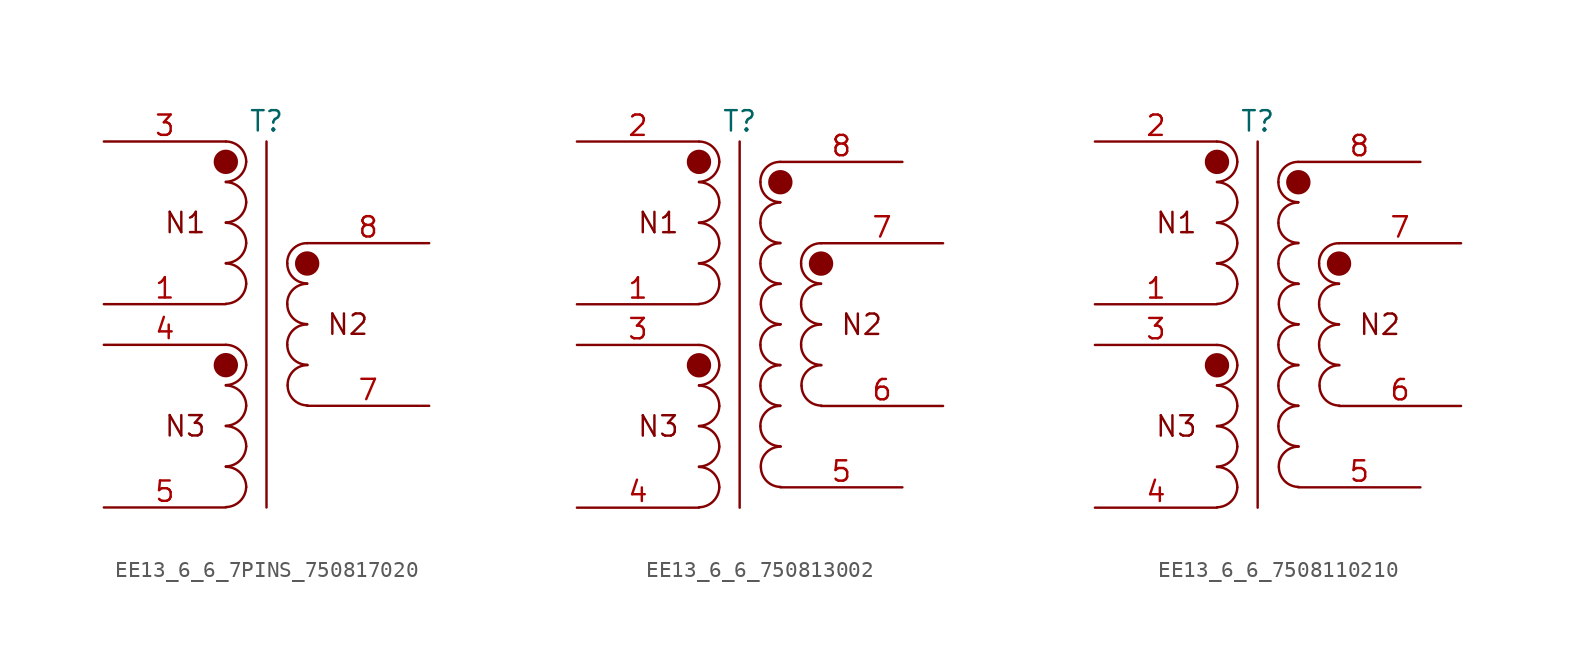
<source format=kicad_sym>
(kicad_symbol_lib
  (version 20220914)
  (generator kicad_symbol_editor)
  (symbol "EE13_6_6_7PINS_750817020"
    (pin_names hide)
    (property "Reference" "T"
      (at 0 12.7 0)
      (effects (font (size 1.27 1.27))))
    (symbol "EE13_6_6_7PINS_750817020_0_1"
      (arc (start -2.54 -11.4046) (mid -1.6561 -11.0363) (end -1.27 -10.16) (stroke (width 0) (type default)) (fill (type none)))
      (arc (start -2.54 -8.8646) (mid -1.6561 -8.4963) (end -1.27 -7.62) (stroke (width 0) (type default)) (fill (type none)))
      (arc (start -2.54 -6.3246) (mid -1.6561 -5.9563) (end -1.27 -5.08) (stroke (width 0) (type default)) (fill (type none)))
      (arc (start -2.54 -3.7846) (mid -1.6561 -3.4163) (end -1.27 -2.54) (stroke (width 0) (type default)) (fill (type none)))
      (arc (start -2.54 1.2954) (mid -1.6561 1.6637) (end -1.27 2.54) (stroke (width 0) (type default)) (fill (type none)))
      (arc (start -2.54 3.8354) (mid -1.6561 4.2037) (end -1.27 5.08) (stroke (width 0) (type default)) (fill (type none)))
      (arc (start -2.54 6.3754) (mid -1.6561 6.7437) (end -1.27 7.62) (stroke (width 0) (type default)) (fill (type none)))
      (arc (start -2.54 8.9154) (mid -1.6561 9.2837) (end -1.27 10.16) (stroke (width 0) (type default)) (fill (type none)))
      (arc (start -1.27 -10.16) (mid -1.642 -9.262) (end -2.54 -8.89) (stroke (width 0) (type default)) (fill (type none)))
      (arc (start -1.27 -7.62) (mid -1.642 -6.722) (end -2.54 -6.35) (stroke (width 0) (type default)) (fill (type none)))
      (arc (start -1.27 -5.08) (mid -1.642 -4.182) (end -2.54 -3.81) (stroke (width 0) (type default)) (fill (type none)))
      (arc (start -1.27 -2.54) (mid -1.642 -1.642) (end -2.54 -1.27) (stroke (width 0) (type default)) (fill (type none)))
      (arc (start -1.27 2.54) (mid -1.642 3.438) (end -2.54 3.81) (stroke (width 0) (type default)) (fill (type none)))
      (arc (start -1.27 5.08) (mid -1.642 5.978) (end -2.54 6.35) (stroke (width 0) (type default)) (fill (type none)))
      (arc (start -1.27 7.62) (mid -1.642 8.518) (end -2.54 8.89) (stroke (width 0) (type default)) (fill (type none)))
      (arc (start -1.27 10.16) (mid -1.642 11.058) (end -2.54 11.43) (stroke (width 0) (type default)) (fill (type none)))
      (polyline (pts (xy 0 11.43) (xy 0 -11.43)) (stroke (width 0) (type default)) (fill (type none)))
      (arc (start 1.2954 -1.27) (mid 1.6599 -2.1501) (end 2.54 -2.5146) (stroke (width 0) (type default)) (fill (type none)))
      (arc (start 1.2954 1.27) (mid 1.6599 0.3899) (end 2.54 0.0254) (stroke (width 0) (type default)) (fill (type none)))
      (arc (start 1.2954 3.81) (mid 1.6599 2.9299) (end 2.54 2.5654) (stroke (width 0) (type default)) (fill (type none)))
      (arc (start 1.3208 -3.81) (mid 1.6853 -4.6901) (end 2.5654 -5.0546) (stroke (width 0) (type default)) (fill (type none)))
      (arc (start 2.54 0) (mid 1.642 -0.372) (end 1.2954 -1.27) (stroke (width 0) (type default)) (fill (type none)))
      (arc (start 2.54 2.54) (mid 1.642 2.168) (end 1.2954 1.27) (stroke (width 0) (type default)) (fill (type none)))
      (arc (start 2.54 5.08) (mid 1.642 4.708) (end 1.2954 3.81) (stroke (width 0) (type default)) (fill (type none)))
      (arc (start 2.5654 -2.54) (mid 1.6674 -2.912) (end 1.3208 -3.81) (stroke (width 0) (type default)) (fill (type none))))
    (symbol "EE13_6_6_7PINS_750817020_1_1"
      (circle (center -2.54 -2.54) (radius 0.0001) (stroke (width 0.762) (type default)) (fill (type none)))
      (circle (center -2.54 10.16) (radius 0.0001) (stroke (width 0.762) (type default)) (fill (type none)))
      (circle (center 2.54 3.81) (radius 0.0001) (stroke (width 0.762) (type default)) (fill (type none)))
      (text "N1" (at -5.08 6.35 0) (effects (font (size 1.27 1.27))))
      (text "N2" (at 5.08 0 0) (effects (font (size 1.27 1.27))))
      (text "N3" (at -5.08 -6.35 0) (effects (font (size 1.27 1.27))))
      (pin passive line (at -10.16 1.27 0) (length 7.62) (name "1" (effects (font (size 1.27 1.27)))) (number "1" (effects (font (size 1.27 1.27)))))
      (pin passive line (at -10.16 11.43 0) (length 7.62) (name "3" (effects (font (size 1.27 1.27)))) (number "3" (effects (font (size 1.27 1.27)))))
      (pin passive line (at -10.16 -1.27 0) (length 7.62) (name "4" (effects (font (size 1.27 1.27)))) (number "4" (effects (font (size 1.27 1.27)))))
      (pin passive line (at -10.16 -11.43 0) (length 7.62) (name "5" (effects (font (size 1.27 1.27)))) (number "5" (effects (font (size 1.27 1.27)))))
      (pin passive line (at 10.16 -5.08 180) (length 7.62) (name "7" (effects (font (size 1.27 1.27)))) (number "7" (effects (font (size 1.27 1.27)))))
      (pin passive line (at 10.16 5.08 180) (length 7.62) (name "8" (effects (font (size 1.27 1.27)))) (number "8" (effects (font (size 1.27 1.27)))))))
  (symbol "EE13_6_6_750813002"
    (pin_names hide)
    (property "Reference" "T"
      (at 0 12.7 0)
      (effects (font (size 1.27 1.27))))
    (symbol "EE13_6_6_750813002_0_1"
      (arc (start -2.54 -11.4046) (mid -1.6561 -11.0363) (end -1.27 -10.16) (stroke (width 0) (type default)) (fill (type none)))
      (arc (start -2.54 -8.8646) (mid -1.6561 -8.4963) (end -1.27 -7.62) (stroke (width 0) (type default)) (fill (type none)))
      (arc (start -2.54 -6.3246) (mid -1.6561 -5.9563) (end -1.27 -5.08) (stroke (width 0) (type default)) (fill (type none)))
      (arc (start -2.54 -3.7846) (mid -1.6561 -3.4163) (end -1.27 -2.54) (stroke (width 0) (type default)) (fill (type none)))
      (arc (start -2.54 1.2954) (mid -1.6561 1.6637) (end -1.27 2.54) (stroke (width 0) (type default)) (fill (type none)))
      (arc (start -2.54 3.8354) (mid -1.6561 4.2037) (end -1.27 5.08) (stroke (width 0) (type default)) (fill (type none)))
      (arc (start -2.54 6.3754) (mid -1.6561 6.7437) (end -1.27 7.62) (stroke (width 0) (type default)) (fill (type none)))
      (arc (start -2.54 8.9154) (mid -1.6561 9.2837) (end -1.27 10.16) (stroke (width 0) (type default)) (fill (type none)))
      (arc (start -1.27 -10.16) (mid -1.642 -9.262) (end -2.54 -8.89) (stroke (width 0) (type default)) (fill (type none)))
      (arc (start -1.27 -7.62) (mid -1.642 -6.722) (end -2.54 -6.35) (stroke (width 0) (type default)) (fill (type none)))
      (arc (start -1.27 -5.08) (mid -1.642 -4.182) (end -2.54 -3.81) (stroke (width 0) (type default)) (fill (type none)))
      (arc (start -1.27 -2.54) (mid -1.642 -1.642) (end -2.54 -1.27) (stroke (width 0) (type default)) (fill (type none)))
      (arc (start -1.27 2.54) (mid -1.642 3.438) (end -2.54 3.81) (stroke (width 0) (type default)) (fill (type none)))
      (arc (start -1.27 5.08) (mid -1.642 5.978) (end -2.54 6.35) (stroke (width 0) (type default)) (fill (type none)))
      (arc (start -1.27 7.62) (mid -1.642 8.518) (end -2.54 8.89) (stroke (width 0) (type default)) (fill (type none)))
      (arc (start -1.27 10.16) (mid -1.642 11.058) (end -2.54 11.43) (stroke (width 0) (type default)) (fill (type none)))
      (polyline (pts (xy 0 11.43) (xy 0 -11.43)) (stroke (width 0) (type default)) (fill (type none)))
      (arc (start 1.2954 -6.35) (mid 1.6599 -7.2301) (end 2.54 -7.5946) (stroke (width 0) (type default)) (fill (type none)))
      (arc (start 1.2954 -3.81) (mid 1.6599 -4.6901) (end 2.54 -5.0546) (stroke (width 0) (type default)) (fill (type none)))
      (arc (start 1.2954 -1.27) (mid 1.6599 -2.1501) (end 2.54 -2.5146) (stroke (width 0) (type default)) (fill (type none)))
      (arc (start 1.2954 3.81) (mid 1.6599 2.9299) (end 2.54 2.5654) (stroke (width 0) (type default)) (fill (type none)))
      (arc (start 1.2954 6.35) (mid 1.6599 5.4699) (end 2.54 5.1054) (stroke (width 0) (type default)) (fill (type none)))
      (arc (start 1.2954 8.89) (mid 1.6599 8.0099) (end 2.54 7.6454) (stroke (width 0) (type default)) (fill (type none)))
      (arc (start 1.3208 -8.89) (mid 1.6853 -9.7703) (end 2.5654 -10.1346) (stroke (width 0) (type default)) (fill (type none)))
      (arc (start 1.3208 1.27) (mid 1.6853 0.3897) (end 2.5654 0.0254) (stroke (width 0) (type default)) (fill (type none)))
      (arc (start 2.54 -5.08) (mid 1.6458 -5.4485) (end 1.2954 -6.35) (stroke (width 0) (type default)) (fill (type none)))
      (arc (start 2.54 -2.54) (mid 1.6458 -2.9085) (end 1.2954 -3.81) (stroke (width 0) (type default)) (fill (type none)))
      (arc (start 2.54 0) (mid 1.6458 -0.3685) (end 1.2954 -1.27) (stroke (width 0) (type default)) (fill (type none)))
      (arc (start 2.54 5.08) (mid 1.6458 4.7115) (end 1.2954 3.81) (stroke (width 0) (type default)) (fill (type none)))
      (arc (start 2.54 7.62) (mid 1.6458 7.2515) (end 1.2954 6.35) (stroke (width 0) (type default)) (fill (type none)))
      (arc (start 2.54 10.16) (mid 1.6458 9.7915) (end 1.2954 8.89) (stroke (width 0) (type default)) (fill (type none)))
      (arc (start 2.5654 -7.62) (mid 1.6709 -7.9883) (end 1.3208 -8.89) (stroke (width 0) (type default)) (fill (type none)))
      (arc (start 2.5654 2.54) (mid 1.6709 2.1717) (end 1.3208 1.27) (stroke (width 0) (type default)) (fill (type none)))
      (arc (start 3.8354 -1.27) (mid 4.1999 -2.1501) (end 5.08 -2.5146) (stroke (width 0) (type default)) (fill (type none)))
      (arc (start 3.8354 1.27) (mid 4.1999 0.3899) (end 5.08 0.0254) (stroke (width 0) (type default)) (fill (type none)))
      (arc (start 3.8354 3.81) (mid 4.1999 2.9299) (end 5.08 2.5654) (stroke (width 0) (type default)) (fill (type none)))
      (arc (start 3.8608 -3.81) (mid 4.2254 -4.6899) (end 5.1054 -5.0546) (stroke (width 0) (type default)) (fill (type none)))
      (arc (start 5.08 0) (mid 4.1858 -0.3685) (end 3.8354 -1.27) (stroke (width 0) (type default)) (fill (type none)))
      (arc (start 5.08 2.54) (mid 4.1858 2.1715) (end 3.8354 1.27) (stroke (width 0) (type default)) (fill (type none)))
      (arc (start 5.08 5.08) (mid 4.1858 4.7115) (end 3.8354 3.81) (stroke (width 0) (type default)) (fill (type none)))
      (arc (start 5.1054 -2.54) (mid 4.2109 -2.9083) (end 3.8608 -3.81) (stroke (width 0) (type default)) (fill (type none))))
    (symbol "EE13_6_6_750813002_1_1"
      (circle (center -2.54 -2.54) (radius 0.0001) (stroke (width 0.762) (type default)) (fill (type none)))
      (circle (center -2.54 10.16) (radius 0.0001) (stroke (width 0.762) (type default)) (fill (type none)))
      (circle (center 2.54 8.89) (radius 0.0001) (stroke (width 0.762) (type default)) (fill (type none)))
      (circle (center 5.08 3.81) (radius 0.0001) (stroke (width 0.762) (type default)) (fill (type none)))
      (text "N1" (at -5.08 6.35 0) (effects (font (size 1.27 1.27))))
      (text "N2" (at 7.62 0 0) (effects (font (size 1.27 1.27))))
      (text "N3" (at -5.08 -6.35 0) (effects (font (size 1.27 1.27))))
      (pin passive line (at -10.16 1.27 0) (length 7.62) (name "1" (effects (font (size 1.27 1.27)))) (number "1" (effects (font (size 1.27 1.27)))))
      (pin passive line (at -10.16 11.43 0) (length 7.62) (name "2" (effects (font (size 1.27 1.27)))) (number "2" (effects (font (size 1.27 1.27)))))
      (pin passive line (at -10.16 -1.27 0) (length 7.62) (name "3" (effects (font (size 1.27 1.27)))) (number "3" (effects (font (size 1.27 1.27)))))
      (pin passive line (at -10.16 -11.43 0) (length 7.62) (name "4" (effects (font (size 1.27 1.27)))) (number "4" (effects (font (size 1.27 1.27)))))
      (pin passive line (at 10.16 -10.16 180) (length 7.62) (name "5" (effects (font (size 1.27 1.27)))) (number "5" (effects (font (size 1.27 1.27)))))
      (pin passive line (at 12.7 -5.08 180) (length 7.62) (name "6" (effects (font (size 1.27 1.27)))) (number "6" (effects (font (size 1.27 1.27)))))
      (pin passive line (at 12.7 5.08 180) (length 7.62) (name "7" (effects (font (size 1.27 1.27)))) (number "7" (effects (font (size 1.27 1.27)))))
      (pin passive line (at 10.16 10.16 180) (length 7.62) (name "8" (effects (font (size 1.27 1.27)))) (number "8" (effects (font (size 1.27 1.27)))))))
  (symbol "EE13_6_6_7508110210"
    (pin_names hide)
    (property "Reference" "T"
      (at 0 12.7 0)
      (effects (font (size 1.27 1.27))))
    (symbol "EE13_6_6_7508110210_0_1"
      (arc (start -2.54 -11.4046) (mid -1.6561 -11.0363) (end -1.27 -10.16) (stroke (width 0) (type default)) (fill (type none)))
      (arc (start -2.54 -8.8646) (mid -1.6561 -8.4963) (end -1.27 -7.62) (stroke (width 0) (type default)) (fill (type none)))
      (arc (start -2.54 -6.3246) (mid -1.6561 -5.9563) (end -1.27 -5.08) (stroke (width 0) (type default)) (fill (type none)))
      (arc (start -2.54 -3.7846) (mid -1.6561 -3.4163) (end -1.27 -2.54) (stroke (width 0) (type default)) (fill (type none)))
      (arc (start -2.54 1.2954) (mid -1.6561 1.6637) (end -1.27 2.54) (stroke (width 0) (type default)) (fill (type none)))
      (arc (start -2.54 3.8354) (mid -1.6561 4.2037) (end -1.27 5.08) (stroke (width 0) (type default)) (fill (type none)))
      (arc (start -2.54 6.3754) (mid -1.6561 6.7437) (end -1.27 7.62) (stroke (width 0) (type default)) (fill (type none)))
      (arc (start -2.54 8.9154) (mid -1.6561 9.2837) (end -1.27 10.16) (stroke (width 0) (type default)) (fill (type none)))
      (arc (start -1.27 -10.16) (mid -1.642 -9.262) (end -2.54 -8.89) (stroke (width 0) (type default)) (fill (type none)))
      (arc (start -1.27 -7.62) (mid -1.642 -6.722) (end -2.54 -6.35) (stroke (width 0) (type default)) (fill (type none)))
      (arc (start -1.27 -5.08) (mid -1.642 -4.182) (end -2.54 -3.81) (stroke (width 0) (type default)) (fill (type none)))
      (arc (start -1.27 -2.54) (mid -1.642 -1.642) (end -2.54 -1.27) (stroke (width 0) (type default)) (fill (type none)))
      (arc (start -1.27 2.54) (mid -1.642 3.438) (end -2.54 3.81) (stroke (width 0) (type default)) (fill (type none)))
      (arc (start -1.27 5.08) (mid -1.642 5.978) (end -2.54 6.35) (stroke (width 0) (type default)) (fill (type none)))
      (arc (start -1.27 7.62) (mid -1.642 8.518) (end -2.54 8.89) (stroke (width 0) (type default)) (fill (type none)))
      (arc (start -1.27 10.16) (mid -1.642 11.058) (end -2.54 11.43) (stroke (width 0) (type default)) (fill (type none)))
      (polyline (pts (xy 0 11.43) (xy 0 -11.43)) (stroke (width 0) (type default)) (fill (type none)))
      (arc (start 1.2954 -6.35) (mid 1.6599 -7.2301) (end 2.54 -7.5946) (stroke (width 0) (type default)) (fill (type none)))
      (arc (start 1.2954 -3.81) (mid 1.6599 -4.6901) (end 2.54 -5.0546) (stroke (width 0) (type default)) (fill (type none)))
      (arc (start 1.2954 -1.27) (mid 1.6599 -2.1501) (end 2.54 -2.5146) (stroke (width 0) (type default)) (fill (type none)))
      (arc (start 1.2954 3.81) (mid 1.6599 2.9299) (end 2.54 2.5654) (stroke (width 0) (type default)) (fill (type none)))
      (arc (start 1.2954 6.35) (mid 1.6599 5.4699) (end 2.54 5.1054) (stroke (width 0) (type default)) (fill (type none)))
      (arc (start 1.2954 8.89) (mid 1.6599 8.0099) (end 2.54 7.6454) (stroke (width 0) (type default)) (fill (type none)))
      (arc (start 1.3208 -8.89) (mid 1.6853 -9.7703) (end 2.5654 -10.1346) (stroke (width 0) (type default)) (fill (type none)))
      (arc (start 1.3208 1.27) (mid 1.6853 0.3897) (end 2.5654 0.0254) (stroke (width 0) (type default)) (fill (type none)))
      (arc (start 2.54 -5.08) (mid 1.6458 -5.4485) (end 1.2954 -6.35) (stroke (width 0) (type default)) (fill (type none)))
      (arc (start 2.54 -2.54) (mid 1.6458 -2.9085) (end 1.2954 -3.81) (stroke (width 0) (type default)) (fill (type none)))
      (arc (start 2.54 0) (mid 1.6458 -0.3685) (end 1.2954 -1.27) (stroke (width 0) (type default)) (fill (type none)))
      (arc (start 2.54 5.08) (mid 1.6458 4.7115) (end 1.2954 3.81) (stroke (width 0) (type default)) (fill (type none)))
      (arc (start 2.54 7.62) (mid 1.6458 7.2515) (end 1.2954 6.35) (stroke (width 0) (type default)) (fill (type none)))
      (arc (start 2.54 10.16) (mid 1.6458 9.7915) (end 1.2954 8.89) (stroke (width 0) (type default)) (fill (type none)))
      (arc (start 2.5654 -7.62) (mid 1.6709 -7.9883) (end 1.3208 -8.89) (stroke (width 0) (type default)) (fill (type none)))
      (arc (start 2.5654 2.54) (mid 1.6709 2.1717) (end 1.3208 1.27) (stroke (width 0) (type default)) (fill (type none)))
      (arc (start 3.8354 -1.27) (mid 4.1999 -2.1501) (end 5.08 -2.5146) (stroke (width 0) (type default)) (fill (type none)))
      (arc (start 3.8354 1.27) (mid 4.1999 0.3899) (end 5.08 0.0254) (stroke (width 0) (type default)) (fill (type none)))
      (arc (start 3.8354 3.81) (mid 4.1999 2.9299) (end 5.08 2.5654) (stroke (width 0) (type default)) (fill (type none)))
      (arc (start 3.8608 -3.81) (mid 4.2254 -4.6899) (end 5.1054 -5.0546) (stroke (width 0) (type default)) (fill (type none)))
      (arc (start 5.08 0) (mid 4.1858 -0.3685) (end 3.8354 -1.27) (stroke (width 0) (type default)) (fill (type none)))
      (arc (start 5.08 2.54) (mid 4.1858 2.1715) (end 3.8354 1.27) (stroke (width 0) (type default)) (fill (type none)))
      (arc (start 5.08 5.08) (mid 4.1858 4.7115) (end 3.8354 3.81) (stroke (width 0) (type default)) (fill (type none)))
      (arc (start 5.1054 -2.54) (mid 4.2109 -2.9083) (end 3.8608 -3.81) (stroke (width 0) (type default)) (fill (type none))))
    (symbol "EE13_6_6_7508110210_1_1"
      (circle (center -2.54 -2.54) (radius 0.0001) (stroke (width 0.762) (type default)) (fill (type none)))
      (circle (center -2.54 10.16) (radius 0.0001) (stroke (width 0.762) (type default)) (fill (type none)))
      (circle (center 2.54 8.89) (radius 0.0001) (stroke (width 0.762) (type default)) (fill (type none)))
      (circle (center 5.08 3.81) (radius 0.0001) (stroke (width 0.762) (type default)) (fill (type none)))
      (text "N1" (at -5.08 6.35 0) (effects (font (size 1.27 1.27))))
      (text "N2" (at 7.62 0 0) (effects (font (size 1.27 1.27))))
      (text "N3" (at -5.08 -6.35 0) (effects (font (size 1.27 1.27))))
      (pin passive line (at -10.16 1.27 0) (length 7.62) (name "1" (effects (font (size 1.27 1.27)))) (number "1" (effects (font (size 1.27 1.27)))))
      (pin passive line (at -10.16 11.43 0) (length 7.62) (name "2" (effects (font (size 1.27 1.27)))) (number "2" (effects (font (size 1.27 1.27)))))
      (pin passive line (at -10.16 -1.27 0) (length 7.62) (name "3" (effects (font (size 1.27 1.27)))) (number "3" (effects (font (size 1.27 1.27)))))
      (pin passive line (at -10.16 -11.43 0) (length 7.62) (name "4" (effects (font (size 1.27 1.27)))) (number "4" (effects (font (size 1.27 1.27)))))
      (pin passive line (at 10.16 -10.16 180) (length 7.62) (name "5" (effects (font (size 1.27 1.27)))) (number "5" (effects (font (size 1.27 1.27)))))
      (pin passive line (at 12.7 -5.08 180) (length 7.62) (name "6" (effects (font (size 1.27 1.27)))) (number "6" (effects (font (size 1.27 1.27)))))
      (pin passive line (at 12.7 5.08 180) (length 7.62) (name "7" (effects (font (size 1.27 1.27)))) (number "7" (effects (font (size 1.27 1.27)))))
      (pin passive line (at 10.16 10.16 180) (length 7.62) (name "8" (effects (font (size 1.27 1.27)))) (number "8" (effects (font (size 1.27 1.27))))))))
</source>
